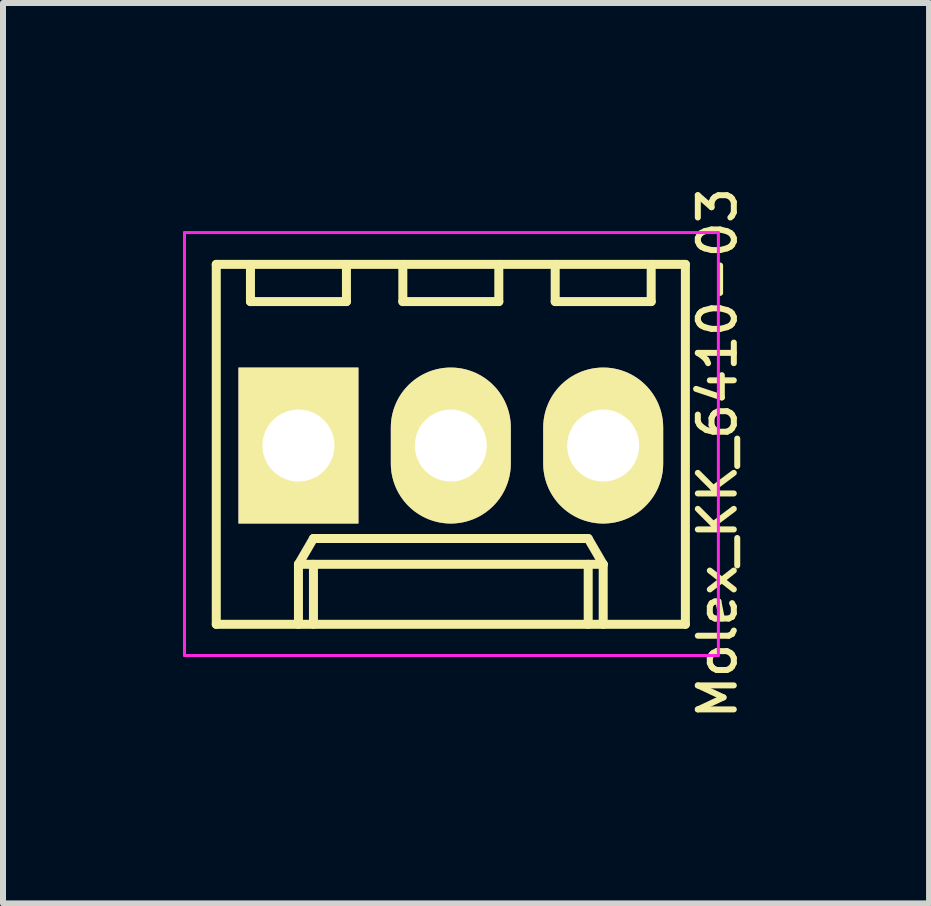
<source format=kicad_pcb>
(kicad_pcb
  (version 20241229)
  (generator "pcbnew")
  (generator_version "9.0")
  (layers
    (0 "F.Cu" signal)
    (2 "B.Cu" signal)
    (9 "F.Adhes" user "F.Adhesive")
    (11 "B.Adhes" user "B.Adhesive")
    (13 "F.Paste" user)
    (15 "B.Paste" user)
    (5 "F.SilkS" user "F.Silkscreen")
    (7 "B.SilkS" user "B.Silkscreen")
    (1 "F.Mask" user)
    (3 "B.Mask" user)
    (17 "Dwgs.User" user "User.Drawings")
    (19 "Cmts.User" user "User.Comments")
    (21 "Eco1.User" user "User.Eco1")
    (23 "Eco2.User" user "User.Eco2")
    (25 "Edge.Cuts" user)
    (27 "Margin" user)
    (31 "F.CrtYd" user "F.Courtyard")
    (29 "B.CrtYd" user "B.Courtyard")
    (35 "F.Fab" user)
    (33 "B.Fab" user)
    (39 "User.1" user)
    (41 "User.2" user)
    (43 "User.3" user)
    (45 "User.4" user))
  (footprint "Molex_KK_6410-03"
    (layer "F.Cu")
    (at 1.925 4.377)
    (property "Reference" "Molex_KK_6410-03" (at 6.985 0.127 90) (layer "F.SilkS") (effects (font (size 0.6 0.6) (thickness 0.1))))
    (attr through_hole)
    (fp_line (start -1.37 -3.02) (end -1.37 2.98) (stroke (width 0.15) (type solid)) (layer "F.SilkS"))
    (fp_line (start -1.37 2.98) (end 6.45 2.98) (stroke (width 0.15) (type solid)) (layer "F.SilkS"))
    (fp_line (start -0.8 -3.02) (end -0.8 -2.4) (stroke (width 0.15) (type solid)) (layer "F.SilkS"))
    (fp_line (start -0.8 -2.4) (end 0.8 -2.4) (stroke (width 0.15) (type solid)) (layer "F.SilkS"))
    (fp_line (start 0 1.98) (end 0.25 1.55) (stroke (width 0.15) (type solid)) (layer "F.SilkS"))
    (fp_line (start 0 1.98) (end 5.08 1.98) (stroke (width 0.15) (type solid)) (layer "F.SilkS"))
    (fp_line (start 0 2.98) (end 0 1.98) (stroke (width 0.15) (type solid)) (layer "F.SilkS"))
    (fp_line (start 0.25 1.55) (end 4.83 1.55) (stroke (width 0.15) (type solid)) (layer "F.SilkS"))
    (fp_line (start 0.25 2.98) (end 0.25 1.98) (stroke (width 0.15) (type solid)) (layer "F.SilkS"))
    (fp_line (start 0.8 -2.4) (end 0.8 -3.02) (stroke (width 0.15) (type solid)) (layer "F.SilkS"))
    (fp_line (start 1.74 -3.02) (end 1.74 -2.4) (stroke (width 0.15) (type solid)) (layer "F.SilkS"))
    (fp_line (start 1.74 -2.4) (end 3.34 -2.4) (stroke (width 0.15) (type solid)) (layer "F.SilkS"))
    (fp_line (start 3.34 -2.4) (end 3.34 -3.02) (stroke (width 0.15) (type solid)) (layer "F.SilkS"))
    (fp_line (start 4.28 -3.02) (end 4.28 -2.4) (stroke (width 0.15) (type solid)) (layer "F.SilkS"))
    (fp_line (start 4.28 -2.4) (end 5.88 -2.4) (stroke (width 0.15) (type solid)) (layer "F.SilkS"))
    (fp_line (start 4.83 1.55) (end 5.08 1.98) (stroke (width 0.15) (type solid)) (layer "F.SilkS"))
    (fp_line (start 4.83 2.98) (end 4.83 1.98) (stroke (width 0.15) (type solid)) (layer "F.SilkS"))
    (fp_line (start 5.08 1.98) (end 5.08 2.98) (stroke (width 0.15) (type solid)) (layer "F.SilkS"))
    (fp_line (start 5.88 -2.4) (end 5.88 -3.02) (stroke (width 0.15) (type solid)) (layer "F.SilkS"))
    (fp_line (start 6.45 -3.02) (end -1.37 -3.02) (stroke (width 0.15) (type solid)) (layer "F.SilkS"))
    (fp_line (start 6.45 2.98) (end 6.45 -3.02) (stroke (width 0.15) (type solid)) (layer "F.SilkS"))
    (fp_line (start -1.9 -3.55) (end 7 -3.55) (stroke (width 0.05) (type solid)) (layer "F.CrtYd"))
    (fp_line (start -1.9 3.5) (end -1.9 -3.55) (stroke (width 0.05) (type solid)) (layer "F.CrtYd"))
    (fp_line (start 7 -3.55) (end 7 3.5) (stroke (width 0.05) (type solid)) (layer "F.CrtYd"))
    (fp_line (start 7 3.5) (end -1.9 3.5) (stroke (width 0.05) (type solid)) (layer "F.CrtYd"))
    (pad "1" thru_hole rect (at 0 0) (size 2 2.6) (drill 1.2) (layers "*.Cu" "*.Mask" "F.SilkS"))
    (pad "2" thru_hole oval (at 2.54 0) (size 2 2.6) (drill 1.2) (layers "*.Cu" "*.Mask" "F.SilkS"))
    (pad "3" thru_hole oval (at 5.08 0) (size 2 2.6) (drill 1.2) (layers "*.Cu" "*.Mask" "F.SilkS")))
  (gr_rect
    (start -3 -3)
    (end 12.437 12.009)
    (stroke (width 0.1) (type default))
    (fill no)
    (layer "Edge.Cuts")))
</source>
